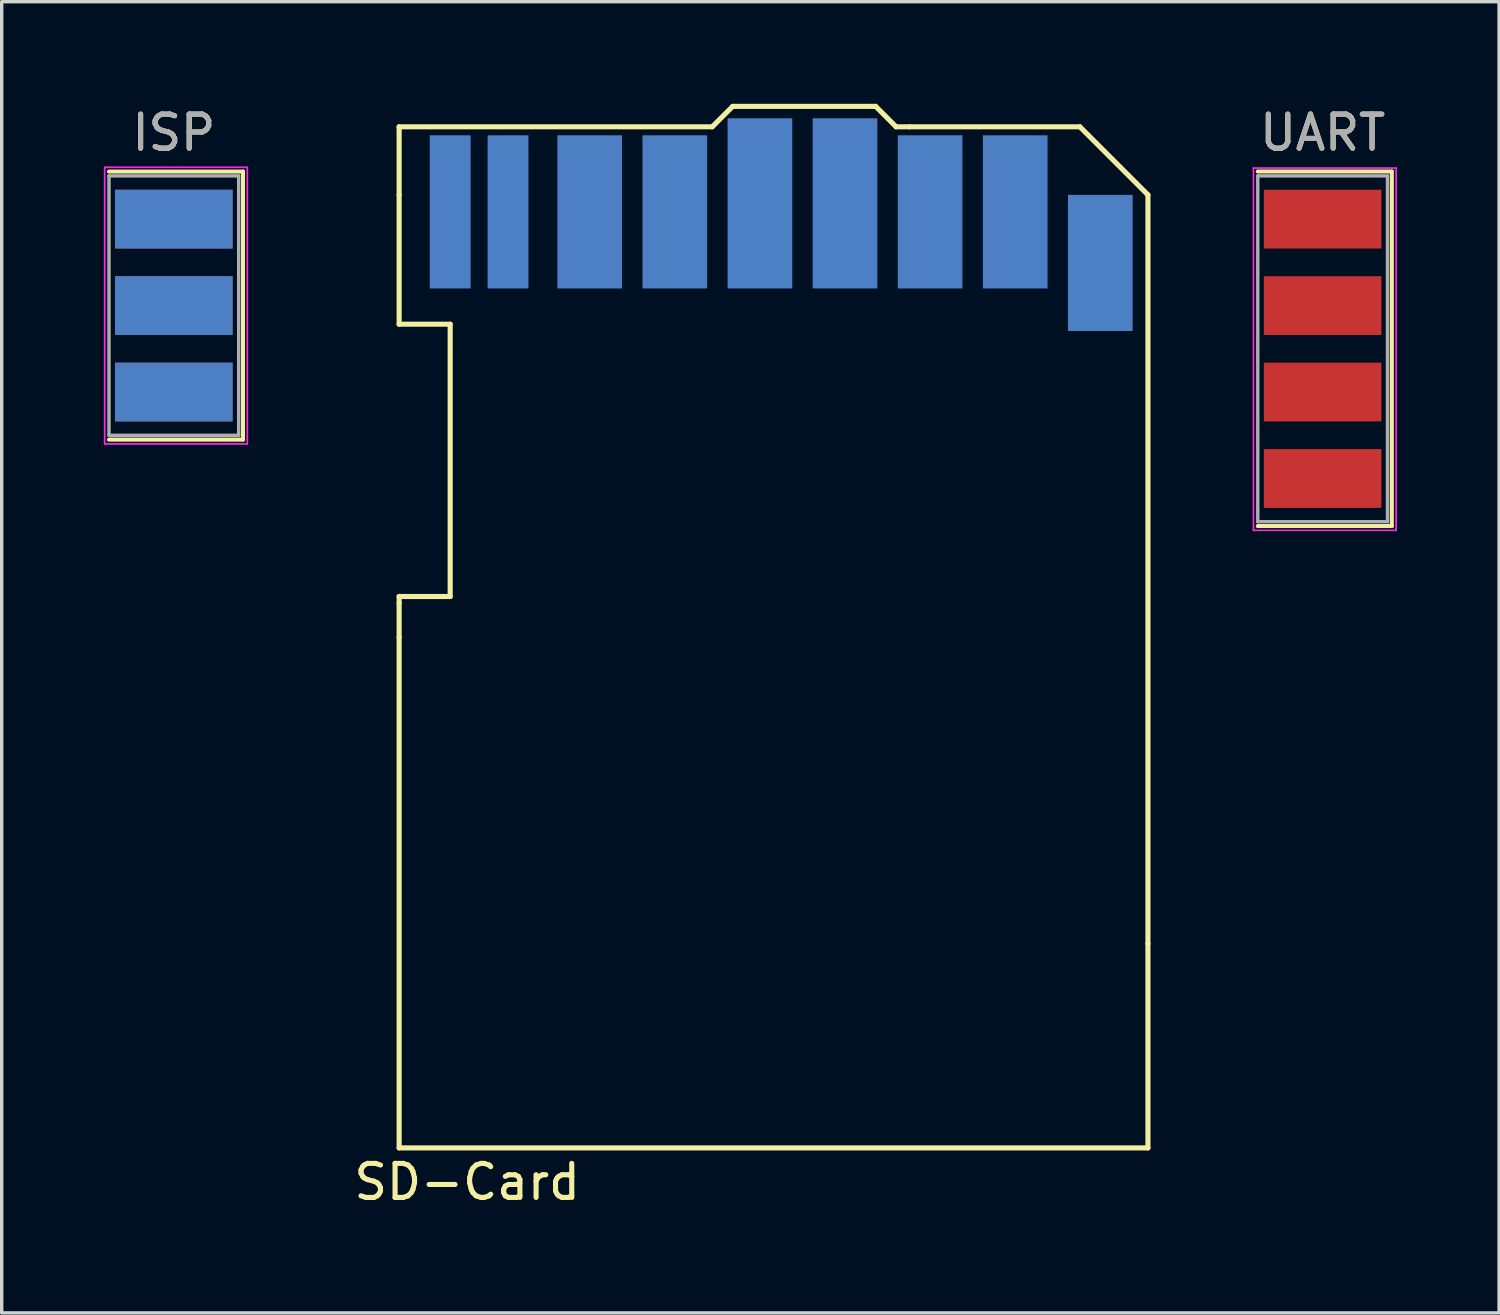
<source format=kicad_pcb>
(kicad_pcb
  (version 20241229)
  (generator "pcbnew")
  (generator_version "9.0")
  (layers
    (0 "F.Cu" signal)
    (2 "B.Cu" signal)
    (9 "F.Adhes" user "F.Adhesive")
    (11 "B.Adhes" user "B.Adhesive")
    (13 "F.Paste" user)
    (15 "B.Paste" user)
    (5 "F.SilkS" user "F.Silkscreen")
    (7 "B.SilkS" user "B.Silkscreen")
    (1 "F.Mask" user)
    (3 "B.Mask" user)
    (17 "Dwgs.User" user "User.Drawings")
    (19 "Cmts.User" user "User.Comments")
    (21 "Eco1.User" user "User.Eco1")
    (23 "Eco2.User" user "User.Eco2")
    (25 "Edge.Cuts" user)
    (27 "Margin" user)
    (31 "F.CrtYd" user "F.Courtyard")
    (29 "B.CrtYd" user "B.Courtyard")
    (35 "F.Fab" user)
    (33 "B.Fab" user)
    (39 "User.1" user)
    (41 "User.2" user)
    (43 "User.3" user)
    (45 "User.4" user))
  (footprint "ISP"
    (layer "F.Cu")
    (at 2.057 5.928)
    (property "Reference" "ISP" (at 0 -5.08 0) (layer "F.SilkS") (effects (font (size 1 1) (thickness 0.15))))
    (attr smd)
    (fp_line (start -1.905 -3.937) (end 2.032 -3.937) (stroke (width 0.12) (type solid)) (layer "F.SilkS"))
    (fp_line (start 2.032 -3.937) (end 2.032 3.937) (stroke (width 0.12) (type solid)) (layer "F.SilkS"))
    (fp_line (start 2.032 3.937) (end -1.905 3.937) (stroke (width 0.12) (type solid)) (layer "F.SilkS"))
    (fp_line (start -2.032 -4.064) (end 2.159 -4.064) (stroke (width 0.05) (type solid)) (layer "F.CrtYd"))
    (fp_line (start -2.032 4.064) (end -2.032 -4.06) (stroke (width 0.05) (type solid)) (layer "F.CrtYd"))
    (fp_line (start 2.159 -4.064) (end 2.159 4.064) (stroke (width 0.05) (type solid)) (layer "F.CrtYd"))
    (fp_line (start 2.159 4.064) (end -2.032 4.064) (stroke (width 0.05) (type solid)) (layer "F.CrtYd"))
    (fp_line (start -1.905 -3.81) (end -1.905 3.81) (stroke (width 0.1) (type solid)) (layer "F.Fab"))
    (fp_line (start 1.905 -3.81) (end -1.905 -3.81) (stroke (width 0.1) (type solid)) (layer "F.Fab"))
    (fp_line (start 1.905 -3.81) (end 1.905 3.81) (stroke (width 0.1) (type solid)) (layer "F.Fab"))
    (fp_line (start 1.905 3.81) (end -1.905 3.81) (stroke (width 0.1) (type solid)) (layer "F.Fab"))
    (fp_text user "${REFERENCE}" (at 0 -5.08 0) (layer "F.Fab") (effects (font (size 1 1) (thickness 0.15))))
    (pad "1" smd rect (at 0 -2.54) (size 3.454 1.727) (layers "F.Cu" "F.Mask" "F.Paste"))
    (pad "2" smd rect (at 0 -2.54) (size 3.454 1.727) (layers "B.Cu" "B.Mask" "B.Paste"))
    (pad "3" smd rect (at 0 0) (size 3.454 1.727) (layers "F.Cu" "F.Mask" "F.Paste"))
    (pad "4" smd rect (at 0 0) (size 3.454 1.727) (layers "B.Cu" "B.Mask" "B.Paste"))
    (pad "5" smd rect (at 0 2.54) (size 3.454 1.727) (layers "F.Cu" "F.Mask" "F.Paste"))
    (pad "6" smd rect (at 0 2.54) (size 3.454 1.727) (layers "B.Cu" "B.Mask" "B.Paste")))
  (footprint "UART"
    (layer "F.Cu")
    (at 35.808 8.468)
    (property "Reference" "UART" (at 0 -7.62 0) (layer "F.SilkS") (effects (font (size 1 1) (thickness 0.15))))
    (attr smd)
    (fp_line (start -1.905 -6.48) (end 2.032 -6.48) (stroke (width 0.12) (type solid)) (layer "F.SilkS"))
    (fp_line (start 2.032 -6.477) (end 2.032 3.937) (stroke (width 0.12) (type solid)) (layer "F.SilkS"))
    (fp_line (start 2.032 3.937) (end -1.905 3.937) (stroke (width 0.12) (type solid)) (layer "F.SilkS"))
    (fp_line (start -2.032 -6.58) (end 2.159 -6.58) (stroke (width 0.05) (type solid)) (layer "F.CrtYd"))
    (fp_line (start -2.032 4.064) (end -2.032 -6.58) (stroke (width 0.05) (type solid)) (layer "F.CrtYd"))
    (fp_line (start 2.159 -6.58) (end 2.159 4.064) (stroke (width 0.05) (type solid)) (layer "F.CrtYd"))
    (fp_line (start 2.159 4.064) (end -2.032 4.064) (stroke (width 0.05) (type solid)) (layer "F.CrtYd"))
    (fp_line (start -1.905 -6.35) (end -1.905 3.81) (stroke (width 0.1) (type solid)) (layer "F.Fab"))
    (fp_line (start 1.905 -6.35) (end -1.905 -6.35) (stroke (width 0.1) (type solid)) (layer "F.Fab"))
    (fp_line (start 1.905 -6.35) (end 1.905 3.81) (stroke (width 0.1) (type solid)) (layer "F.Fab"))
    (fp_line (start 1.905 3.81) (end -1.905 3.81) (stroke (width 0.1) (type solid)) (layer "F.Fab"))
    (fp_text user "${REFERENCE}" (at 0 -7.62 0) (layer "F.Fab") (effects (font (size 1 1) (thickness 0.15))))
    (pad "1" smd rect (at 0 -5.08) (size 3.454 1.727) (layers "F.Cu" "F.Mask" "F.Paste"))
    (pad "2" smd rect (at 0 -2.54) (size 3.454 1.727) (layers "F.Cu" "F.Mask" "F.Paste"))
    (pad "3" smd rect (at 0 0) (size 3.454 1.727) (layers "F.Cu" "F.Mask" "F.Paste"))
    (pad "4" smd rect (at 0 2.54) (size 3.454 1.727) (layers "F.Cu" "F.Mask" "F.Paste")))
  (footprint "SD-Card"
    (layer "F.Cu")
    (at 8.676 30.675)
    (property "Reference" "SD-Card" (at 2 1 0) (layer "F.SilkS") (effects (font (size 1 1) (thickness 0.15))))
    (attr through_hole)
    (fp_line (start 0 -30) (end 9.2 -30) (stroke (width 0.15) (type solid)) (layer "F.SilkS"))
    (fp_line (start 0 -28) (end 0 -30) (stroke (width 0.15) (type solid)) (layer "F.SilkS"))
    (fp_line (start 0 -24.2) (end 0 -28) (stroke (width 0.15) (type solid)) (layer "F.SilkS"))
    (fp_line (start 0 -16.2) (end 1.5 -16.2) (stroke (width 0.15) (type solid)) (layer "F.SilkS"))
    (fp_line (start 0 -16) (end 0 -16.2) (stroke (width 0.15) (type solid)) (layer "F.SilkS"))
    (fp_line (start 0 -15) (end 0 -16) (stroke (width 0.15) (type solid)) (layer "F.SilkS"))
    (fp_line (start 0 0) (end 0 -15) (stroke (width 0.15) (type solid)) (layer "F.SilkS"))
    (fp_line (start 0 0) (end 22 0) (stroke (width 0.15) (type solid)) (layer "F.SilkS"))
    (fp_line (start 1.5 -24.2) (end 0 -24.2) (stroke (width 0.15) (type solid)) (layer "F.SilkS"))
    (fp_line (start 1.5 -16.2) (end 1.5 -24.2) (stroke (width 0.15) (type solid)) (layer "F.SilkS"))
    (fp_line (start 9.2 -30) (end 9.8 -30.6) (stroke (width 0.15) (type solid)) (layer "F.SilkS"))
    (fp_line (start 9.8 -30.6) (end 14 -30.6) (stroke (width 0.15) (type solid)) (layer "F.SilkS"))
    (fp_line (start 14 -30.6) (end 14.6 -30) (stroke (width 0.15) (type solid)) (layer "F.SilkS"))
    (fp_line (start 15 -30) (end 14.6 -30) (stroke (width 0.15) (type solid)) (layer "F.SilkS"))
    (fp_line (start 20 -30) (end 15 -30) (stroke (width 0.15) (type solid)) (layer "F.SilkS"))
    (fp_line (start 20 -30) (end 22 -28) (stroke (width 0.15) (type solid)) (layer "F.SilkS"))
    (fp_line (start 22 -6) (end 22 -28) (stroke (width 0.15) (type solid)) (layer "F.SilkS"))
    (fp_line (start 22 0) (end 22 -6) (stroke (width 0.15) (type solid)) (layer "F.SilkS"))
    (pad "1" smd rect (at 18.1 -27.5) (size 1.9 4.5) (layers "B.Cu" "B.Mask" "B.Paste"))
    (pad "2" smd rect (at 15.6 -27.5) (size 1.9 4.5) (layers "B.Cu" "B.Mask" "B.Paste"))
    (pad "3" smd rect (at 13.1 -27.75) (size 1.9 5) (layers "B.Cu" "B.Mask" "B.Paste"))
    (pad "4" smd rect (at 10.6 -27.75) (size 1.9 5) (layers "B.Cu" "B.Mask" "B.Paste"))
    (pad "5" smd rect (at 8.1 -27.5) (size 1.9 4.5) (layers "B.Cu" "B.Mask" "B.Paste"))
    (pad "6" smd rect (at 5.6 -27.5) (size 1.9 4.5) (layers "B.Cu" "B.Mask" "B.Paste"))
    (pad "7" smd rect (at 3.2 -27.5) (size 1.2 4.5) (layers "B.Cu" "B.Mask" "B.Paste"))
    (pad "8" smd rect (at 1.5 -27.5) (size 1.2 4.5) (layers "B.Cu" "B.Mask" "B.Paste"))
    (pad "9" smd rect (at 20.6 -26) (size 1.9 4) (layers "B.Cu" "B.Mask" "B.Paste")))
  (gr_rect
    (start -3 -3)
    (end 40.992 35.523)
    (stroke (width 0.1) (type default))
    (fill no)
    (layer "Edge.Cuts")))
</source>
